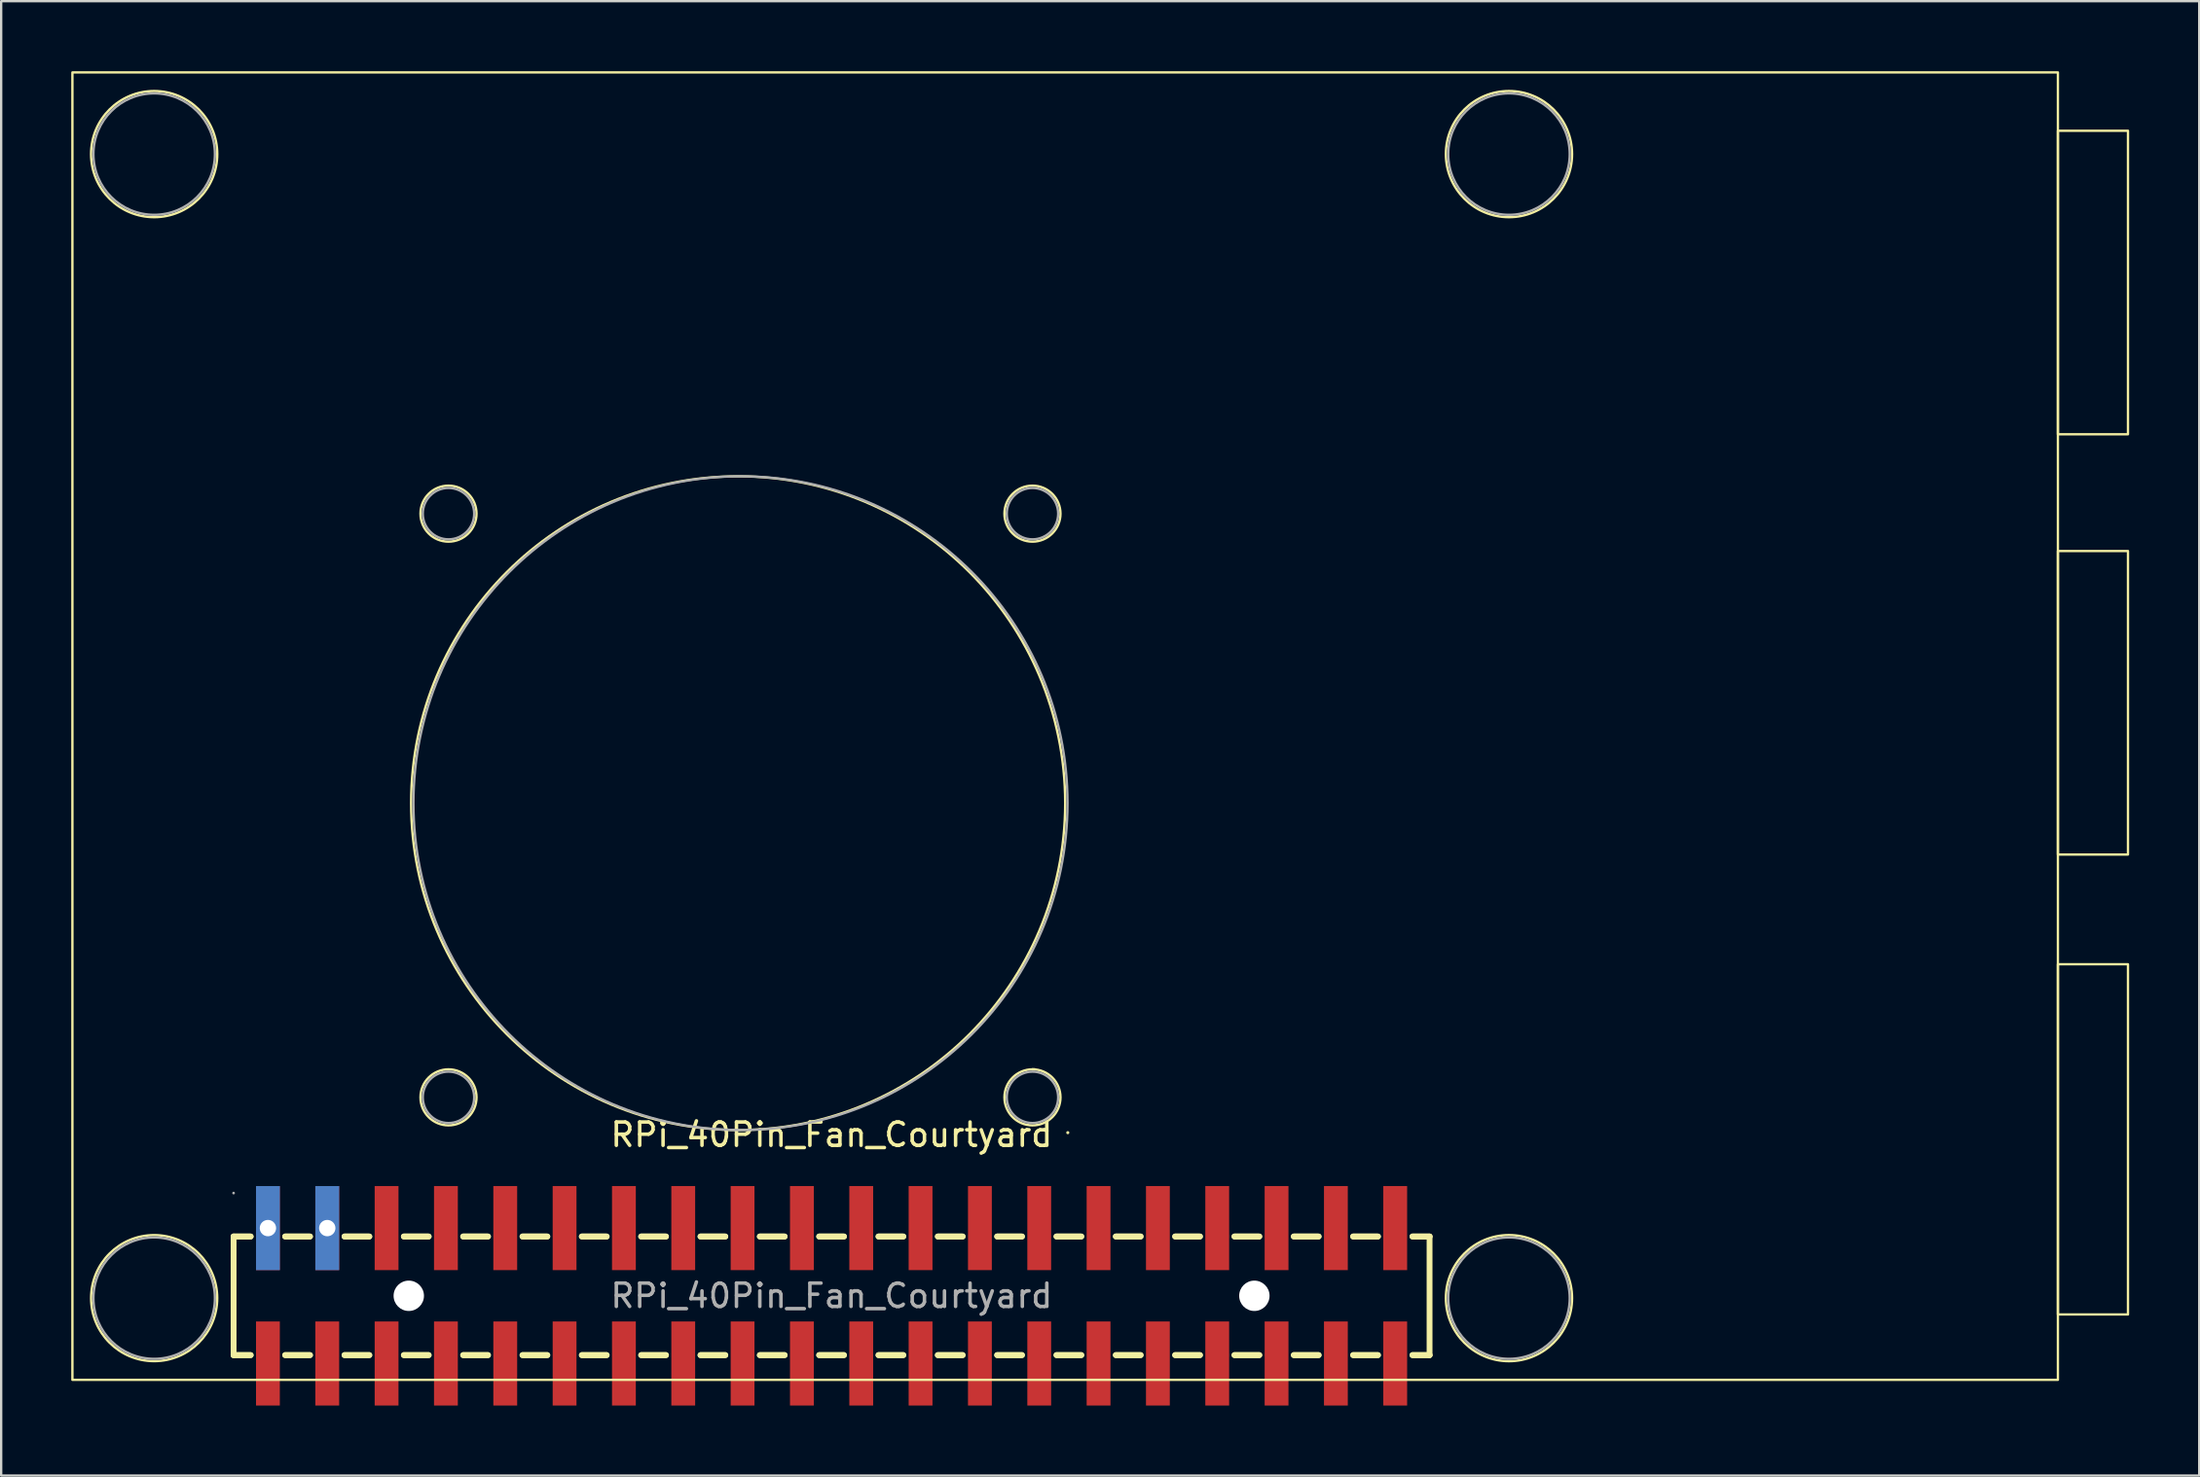
<source format=kicad_pcb>
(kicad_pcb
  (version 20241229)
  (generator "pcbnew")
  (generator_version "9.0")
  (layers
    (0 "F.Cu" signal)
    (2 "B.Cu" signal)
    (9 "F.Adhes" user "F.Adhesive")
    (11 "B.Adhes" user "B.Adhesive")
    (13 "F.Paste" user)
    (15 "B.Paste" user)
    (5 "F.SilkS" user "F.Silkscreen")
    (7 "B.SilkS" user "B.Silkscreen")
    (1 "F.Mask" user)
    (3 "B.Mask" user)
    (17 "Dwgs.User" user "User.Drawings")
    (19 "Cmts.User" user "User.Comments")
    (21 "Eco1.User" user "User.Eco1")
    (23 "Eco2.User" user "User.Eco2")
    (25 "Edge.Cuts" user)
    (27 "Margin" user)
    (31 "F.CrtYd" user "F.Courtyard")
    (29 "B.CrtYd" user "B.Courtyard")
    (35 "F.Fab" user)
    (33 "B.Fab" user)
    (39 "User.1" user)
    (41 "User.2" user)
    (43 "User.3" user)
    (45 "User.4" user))
  (footprint "RPi_40Pin_Fan_Courtyard"
    (layer "F.Cu")
    (at 32.55 52.45)
    (property "Reference" "RPi_40Pin_Fan_Courtyard" (at 0 -6.9 0) (layer "F.SilkS") (effects (font (size 1 1) (thickness 0.15))))
    (attr smd)
    (fp_line (start -25.6 2.54) (end -25.6 -2.54) (stroke (width 0.25) (type solid)) (layer "F.SilkS"))
    (fp_line (start -25.6 2.54) (end -24.87 2.54) (stroke (width 0.25) (type solid)) (layer "F.SilkS"))
    (fp_line (start -25.6 2.54) (end -24.87 2.54) (stroke (width 0.25) (type solid)) (layer "F.SilkS"))
    (fp_line (start -24.87 -2.54) (end -25.6 -2.54) (stroke (width 0.25) (type solid)) (layer "F.SilkS"))
    (fp_line (start -24.87 -2.54) (end -25.6 -2.54) (stroke (width 0.25) (type solid)) (layer "F.SilkS"))
    (fp_line (start -23.39 2.54) (end -22.33 2.54) (stroke (width 0.25) (type solid)) (layer "F.SilkS"))
    (fp_line (start -23.39 2.54) (end -22.33 2.54) (stroke (width 0.25) (type solid)) (layer "F.SilkS"))
    (fp_line (start -22.33 -2.54) (end -23.39 -2.54) (stroke (width 0.25) (type solid)) (layer "F.SilkS"))
    (fp_line (start -22.33 -2.54) (end -23.39 -2.54) (stroke (width 0.25) (type solid)) (layer "F.SilkS"))
    (fp_line (start -20.85 2.54) (end -19.79 2.54) (stroke (width 0.25) (type solid)) (layer "F.SilkS"))
    (fp_line (start -20.85 2.54) (end -19.79 2.54) (stroke (width 0.25) (type solid)) (layer "F.SilkS"))
    (fp_line (start -19.79 -2.54) (end -20.85 -2.54) (stroke (width 0.25) (type solid)) (layer "F.SilkS"))
    (fp_line (start -19.79 -2.54) (end -20.85 -2.54) (stroke (width 0.25) (type solid)) (layer "F.SilkS"))
    (fp_line (start -18.31 2.54) (end -17.25 2.54) (stroke (width 0.25) (type solid)) (layer "F.SilkS"))
    (fp_line (start -18.31 2.54) (end -17.25 2.54) (stroke (width 0.25) (type solid)) (layer "F.SilkS"))
    (fp_line (start -17.25 -2.54) (end -18.31 -2.54) (stroke (width 0.25) (type solid)) (layer "F.SilkS"))
    (fp_line (start -17.25 -2.54) (end -18.31 -2.54) (stroke (width 0.25) (type solid)) (layer "F.SilkS"))
    (fp_line (start -15.77 2.54) (end -14.71 2.54) (stroke (width 0.25) (type solid)) (layer "F.SilkS"))
    (fp_line (start -15.77 2.54) (end -14.71 2.54) (stroke (width 0.25) (type solid)) (layer "F.SilkS"))
    (fp_line (start -14.71 -2.54) (end -15.77 -2.54) (stroke (width 0.25) (type solid)) (layer "F.SilkS"))
    (fp_line (start -14.71 -2.54) (end -15.77 -2.54) (stroke (width 0.25) (type solid)) (layer "F.SilkS"))
    (fp_line (start -13.23 2.54) (end -12.17 2.54) (stroke (width 0.25) (type solid)) (layer "F.SilkS"))
    (fp_line (start -13.23 2.54) (end -12.17 2.54) (stroke (width 0.25) (type solid)) (layer "F.SilkS"))
    (fp_line (start -12.17 -2.54) (end -13.23 -2.54) (stroke (width 0.25) (type solid)) (layer "F.SilkS"))
    (fp_line (start -12.17 -2.54) (end -13.23 -2.54) (stroke (width 0.25) (type solid)) (layer "F.SilkS"))
    (fp_line (start -10.69 2.54) (end -9.63 2.54) (stroke (width 0.25) (type solid)) (layer "F.SilkS"))
    (fp_line (start -10.69 2.54) (end -9.63 2.54) (stroke (width 0.25) (type solid)) (layer "F.SilkS"))
    (fp_line (start -9.63 -2.54) (end -10.69 -2.54) (stroke (width 0.25) (type solid)) (layer "F.SilkS"))
    (fp_line (start -9.63 -2.54) (end -10.69 -2.54) (stroke (width 0.25) (type solid)) (layer "F.SilkS"))
    (fp_line (start -8.15 2.54) (end -7.09 2.54) (stroke (width 0.25) (type solid)) (layer "F.SilkS"))
    (fp_line (start -8.15 2.54) (end -7.09 2.54) (stroke (width 0.25) (type solid)) (layer "F.SilkS"))
    (fp_line (start -7.09 -2.54) (end -8.15 -2.54) (stroke (width 0.25) (type solid)) (layer "F.SilkS"))
    (fp_line (start -7.09 -2.54) (end -8.15 -2.54) (stroke (width 0.25) (type solid)) (layer "F.SilkS"))
    (fp_line (start -5.61 2.54) (end -4.55 2.54) (stroke (width 0.25) (type solid)) (layer "F.SilkS"))
    (fp_line (start -5.61 2.54) (end -4.55 2.54) (stroke (width 0.25) (type solid)) (layer "F.SilkS"))
    (fp_line (start -4.55 -2.54) (end -5.61 -2.54) (stroke (width 0.25) (type solid)) (layer "F.SilkS"))
    (fp_line (start -4.55 -2.54) (end -5.61 -2.54) (stroke (width 0.25) (type solid)) (layer "F.SilkS"))
    (fp_line (start -3.07 2.54) (end -2.01 2.54) (stroke (width 0.25) (type solid)) (layer "F.SilkS"))
    (fp_line (start -3.07 2.54) (end -2.01 2.54) (stroke (width 0.25) (type solid)) (layer "F.SilkS"))
    (fp_line (start -2.01 -2.54) (end -3.07 -2.54) (stroke (width 0.25) (type solid)) (layer "F.SilkS"))
    (fp_line (start -2.01 -2.54) (end -3.07 -2.54) (stroke (width 0.25) (type solid)) (layer "F.SilkS"))
    (fp_line (start -0.53 2.54) (end 0.53 2.54) (stroke (width 0.25) (type solid)) (layer "F.SilkS"))
    (fp_line (start -0.53 2.54) (end 0.53 2.54) (stroke (width 0.25) (type solid)) (layer "F.SilkS"))
    (fp_line (start 0.53 -2.54) (end -0.53 -2.54) (stroke (width 0.25) (type solid)) (layer "F.SilkS"))
    (fp_line (start 0.53 -2.54) (end -0.53 -2.54) (stroke (width 0.25) (type solid)) (layer "F.SilkS"))
    (fp_line (start 2.01 2.54) (end 3.07 2.54) (stroke (width 0.25) (type solid)) (layer "F.SilkS"))
    (fp_line (start 2.01 2.54) (end 3.07 2.54) (stroke (width 0.25) (type solid)) (layer "F.SilkS"))
    (fp_line (start 3.07 -2.54) (end 2.01 -2.54) (stroke (width 0.25) (type solid)) (layer "F.SilkS"))
    (fp_line (start 3.07 -2.54) (end 2.01 -2.54) (stroke (width 0.25) (type solid)) (layer "F.SilkS"))
    (fp_line (start 4.55 2.54) (end 5.61 2.54) (stroke (width 0.25) (type solid)) (layer "F.SilkS"))
    (fp_line (start 4.55 2.54) (end 5.61 2.54) (stroke (width 0.25) (type solid)) (layer "F.SilkS"))
    (fp_line (start 5.61 -2.54) (end 4.55 -2.54) (stroke (width 0.25) (type solid)) (layer "F.SilkS"))
    (fp_line (start 5.61 -2.54) (end 4.55 -2.54) (stroke (width 0.25) (type solid)) (layer "F.SilkS"))
    (fp_line (start 7.09 2.54) (end 8.15 2.54) (stroke (width 0.25) (type solid)) (layer "F.SilkS"))
    (fp_line (start 7.09 2.54) (end 8.15 2.54) (stroke (width 0.25) (type solid)) (layer "F.SilkS"))
    (fp_line (start 8.15 -2.54) (end 7.09 -2.54) (stroke (width 0.25) (type solid)) (layer "F.SilkS"))
    (fp_line (start 8.15 -2.54) (end 7.09 -2.54) (stroke (width 0.25) (type solid)) (layer "F.SilkS"))
    (fp_line (start 9.63 2.54) (end 10.69 2.54) (stroke (width 0.25) (type solid)) (layer "F.SilkS"))
    (fp_line (start 9.63 2.54) (end 10.69 2.54) (stroke (width 0.25) (type solid)) (layer "F.SilkS"))
    (fp_line (start 10.69 -2.54) (end 9.63 -2.54) (stroke (width 0.25) (type solid)) (layer "F.SilkS"))
    (fp_line (start 10.69 -2.54) (end 9.63 -2.54) (stroke (width 0.25) (type solid)) (layer "F.SilkS"))
    (fp_line (start 12.17 2.54) (end 13.23 2.54) (stroke (width 0.25) (type solid)) (layer "F.SilkS"))
    (fp_line (start 12.17 2.54) (end 13.23 2.54) (stroke (width 0.25) (type solid)) (layer "F.SilkS"))
    (fp_line (start 13.23 -2.54) (end 12.17 -2.54) (stroke (width 0.25) (type solid)) (layer "F.SilkS"))
    (fp_line (start 13.23 -2.54) (end 12.17 -2.54) (stroke (width 0.25) (type solid)) (layer "F.SilkS"))
    (fp_line (start 14.71 2.54) (end 15.77 2.54) (stroke (width 0.25) (type solid)) (layer "F.SilkS"))
    (fp_line (start 14.71 2.54) (end 15.77 2.54) (stroke (width 0.25) (type solid)) (layer "F.SilkS"))
    (fp_line (start 15.77 -2.54) (end 14.71 -2.54) (stroke (width 0.25) (type solid)) (layer "F.SilkS"))
    (fp_line (start 15.77 -2.54) (end 14.71 -2.54) (stroke (width 0.25) (type solid)) (layer "F.SilkS"))
    (fp_line (start 17.25 2.54) (end 18.31 2.54) (stroke (width 0.25) (type solid)) (layer "F.SilkS"))
    (fp_line (start 17.25 2.54) (end 18.31 2.54) (stroke (width 0.25) (type solid)) (layer "F.SilkS"))
    (fp_line (start 18.31 -2.54) (end 17.25 -2.54) (stroke (width 0.25) (type solid)) (layer "F.SilkS"))
    (fp_line (start 18.31 -2.54) (end 17.25 -2.54) (stroke (width 0.25) (type solid)) (layer "F.SilkS"))
    (fp_line (start 19.79 2.54) (end 20.85 2.54) (stroke (width 0.25) (type solid)) (layer "F.SilkS"))
    (fp_line (start 19.79 2.54) (end 20.85 2.54) (stroke (width 0.25) (type solid)) (layer "F.SilkS"))
    (fp_line (start 20.85 -2.54) (end 19.79 -2.54) (stroke (width 0.25) (type solid)) (layer "F.SilkS"))
    (fp_line (start 20.85 -2.54) (end 19.79 -2.54) (stroke (width 0.25) (type solid)) (layer "F.SilkS"))
    (fp_line (start 22.33 2.54) (end 23.39 2.54) (stroke (width 0.25) (type solid)) (layer "F.SilkS"))
    (fp_line (start 22.33 2.54) (end 23.39 2.54) (stroke (width 0.25) (type solid)) (layer "F.SilkS"))
    (fp_line (start 23.39 -2.54) (end 22.33 -2.54) (stroke (width 0.25) (type solid)) (layer "F.SilkS"))
    (fp_line (start 23.39 -2.54) (end 22.33 -2.54) (stroke (width 0.25) (type solid)) (layer "F.SilkS"))
    (fp_line (start 24.87 2.54) (end 25.6 2.54) (stroke (width 0.25) (type solid)) (layer "F.SilkS"))
    (fp_line (start 24.87 2.54) (end 25.6 2.54) (stroke (width 0.25) (type solid)) (layer "F.SilkS"))
    (fp_line (start 25.6 -2.54) (end 24.87 -2.54) (stroke (width 0.25) (type solid)) (layer "F.SilkS"))
    (fp_line (start 25.6 -2.54) (end 24.87 -2.54) (stroke (width 0.25) (type solid)) (layer "F.SilkS"))
    (fp_line (start 25.6 2.54) (end 25.6 -2.54) (stroke (width 0.25) (type solid)) (layer "F.SilkS"))
    (fp_rect (start -32.5 3.6) (end 52.5 -52.4) (stroke (width 0.1) (type default)) (fill no) (layer "F.SilkS"))
    (fp_rect (start 8.6 -9.7) (end 8.7 -9.7) (stroke (width 0.1) (type default)) (fill no) (layer "F.SilkS"))
    (fp_rect (start 10.1 -7) (end 10.125 -6.975) (stroke (width 0.1) (type default)) (fill no) (layer "F.SilkS"))
    (fp_rect (start 52.5 -49.9) (end 55.5 -36.9) (stroke (width 0.1) (type default)) (fill no) (layer "F.SilkS"))
    (fp_rect (start 52.5 -31.9) (end 55.5 -18.9) (stroke (width 0.1) (type default)) (fill no) (layer "F.SilkS"))
    (fp_rect (start 52.5 -14.2) (end 55.5 0.8) (stroke (width 0.1) (type default)) (fill no) (layer "F.SilkS"))
    (fp_circle (center -29 -48.9) (end -26.3 -49) (stroke (width 0.1) (type default)) (fill no) (layer "F.SilkS"))
    (fp_circle (center -29 0.1) (end -31.7 0.1) (stroke (width 0.1) (type default)) (fill no) (layer "F.SilkS"))
    (fp_circle (center -16.4 -33.5) (end -15.2 -33.5) (stroke (width 0.1) (type default)) (fill no) (layer "F.SilkS"))
    (fp_circle (center -16.4 -8.5) (end -15.2 -8.5) (stroke (width 0.1) (type default)) (fill no) (layer "F.SilkS"))
    (fp_circle (center -4 -21.1) (end -18 -21.2) (stroke (width 0.1) (type default)) (fill no) (layer "F.SilkS"))
    (fp_circle (center 8.6 -33.5) (end 7.4 -33.5) (stroke (width 0.1) (type default)) (fill no) (layer "F.SilkS"))
    (fp_circle (center 8.6 -8.5) (end 7.4 -8.5) (stroke (width 0.1) (type default)) (fill no) (layer "F.SilkS"))
    (fp_circle (center 29 -48.9) (end 29.1 -51.6) (stroke (width 0.1) (type default)) (fill no) (layer "F.SilkS"))
    (fp_circle (center 29 0.1) (end 31.7 0) (stroke (width 0.1) (type default)) (fill no) (layer "F.SilkS"))
    (fp_circle (center -18.1 0) (end -17.85 0) (stroke (width 0.5) (type solid)) (fill no) (layer "Cmts.User"))
    (fp_circle (center 18.1 0) (end 18.35 0) (stroke (width 0.5) (type solid)) (fill no) (layer "Cmts.User"))
    (fp_circle (center -29 -48.9) (end -26.4 -48.9) (stroke (width 0.1) (type default)) (fill no) (layer "F.Fab"))
    (fp_circle (center -29 0.1) (end -26.4 0.1) (stroke (width 0.1) (type default)) (fill no) (layer "F.Fab"))
    (fp_circle (center -25.6 -4.4) (end -25.57 -4.4) (stroke (width 0.06) (type solid)) (fill no) (layer "F.Fab"))
    (fp_circle (center -16.4 -33.5) (end -15.3 -33.5) (stroke (width 0.1) (type default)) (fill no) (layer "F.Fab"))
    (fp_circle (center -16.4 -8.5) (end -15.3 -8.5) (stroke (width 0.1) (type default)) (fill no) (layer "F.Fab"))
    (fp_circle (center -3.9 -21.1) (end 10.1 -21) (stroke (width 0.1) (type default)) (fill no) (layer "F.Fab"))
    (fp_circle (center 8.6 -33.5) (end 9.7 -33.5) (stroke (width 0.1) (type default)) (fill no) (layer "F.Fab"))
    (fp_circle (center 8.6 -8.5) (end 9.7 -8.5) (stroke (width 0.1) (type default)) (fill no) (layer "F.Fab"))
    (fp_circle (center 29 -48.9) (end 26.4 -48.9) (stroke (width 0.1) (type default)) (fill no) (layer "F.Fab"))
    (fp_circle (center 29 0.1) (end 26.4 0.1) (stroke (width 0.1) (type default)) (fill no) (layer "F.Fab"))
    (fp_text user "${REFERENCE}" (at 0 0 180) (layer "F.Fab") (effects (font (size 1 1) (thickness 0.15))))
    (pad "" np_thru_hole circle (at -18.1 0 180) (size 1.3 1.3) (drill 1.3) (layers "*.Cu" "*.Mask"))
    (pad "" np_thru_hole circle (at 18.1 0 180) (size 1.3 1.3) (drill 1.3) (layers "*.Cu" "*.Mask"))
    (pad "1" thru_hole rect (at -24.13 -2.9 180) (size 1.02 3.6) (drill 0.7) (layers "*.Cu" "*.Mask"))
    (pad "2" smd rect (at -24.13 2.9 180) (size 1.02 3.6) (layers "F.Cu" "F.Mask" "F.Paste"))
    (pad "3" thru_hole rect (at -21.59 -2.9 180) (size 1.02 3.6) (drill 0.7) (layers "*.Cu" "*.Mask"))
    (pad "4" smd rect (at -21.59 2.9 180) (size 1.02 3.6) (layers "F.Cu" "F.Mask" "F.Paste"))
    (pad "5" smd rect (at -19.05 -2.9) (size 1.02 3.6) (layers "F.Cu" "F.Mask" "F.Paste"))
    (pad "6" smd rect (at -19.05 2.9) (size 1.02 3.6) (layers "F.Cu" "F.Mask" "F.Paste"))
    (pad "7" smd rect (at -16.51 -2.9) (size 1.02 3.6) (layers "F.Cu" "F.Mask" "F.Paste"))
    (pad "8" smd rect (at -16.51 2.9) (size 1.02 3.6) (layers "F.Cu" "F.Mask" "F.Paste"))
    (pad "9" smd rect (at -13.97 -2.9) (size 1.02 3.6) (layers "F.Cu" "F.Mask" "F.Paste"))
    (pad "10" smd rect (at -13.97 2.9) (size 1.02 3.6) (layers "F.Cu" "F.Mask" "F.Paste"))
    (pad "11" smd rect (at -11.43 -2.9) (size 1.02 3.6) (layers "F.Cu" "F.Mask" "F.Paste"))
    (pad "12" smd rect (at -11.43 2.9) (size 1.02 3.6) (layers "F.Cu" "F.Mask" "F.Paste"))
    (pad "13" smd rect (at -8.89 -2.9) (size 1.02 3.6) (layers "F.Cu" "F.Mask" "F.Paste"))
    (pad "14" smd rect (at -8.89 2.9) (size 1.02 3.6) (layers "F.Cu" "F.Mask" "F.Paste"))
    (pad "15" smd rect (at -6.35 -2.9) (size 1.02 3.6) (layers "F.Cu" "F.Mask" "F.Paste"))
    (pad "16" smd rect (at -6.35 2.9) (size 1.02 3.6) (layers "F.Cu" "F.Mask" "F.Paste"))
    (pad "17" smd rect (at -3.81 -2.9) (size 1.02 3.6) (layers "F.Cu" "F.Mask" "F.Paste"))
    (pad "18" smd rect (at -3.81 2.9) (size 1.02 3.6) (layers "F.Cu" "F.Mask" "F.Paste"))
    (pad "19" smd rect (at -1.27 -2.9) (size 1.02 3.6) (layers "F.Cu" "F.Mask" "F.Paste"))
    (pad "20" smd rect (at -1.27 2.9) (size 1.02 3.6) (layers "F.Cu" "F.Mask" "F.Paste"))
    (pad "21" smd rect (at 1.27 -2.9) (size 1.02 3.6) (layers "F.Cu" "F.Mask" "F.Paste"))
    (pad "22" smd rect (at 1.27 2.9) (size 1.02 3.6) (layers "F.Cu" "F.Mask" "F.Paste"))
    (pad "23" smd rect (at 3.81 -2.9) (size 1.02 3.6) (layers "F.Cu" "F.Mask" "F.Paste"))
    (pad "24" smd rect (at 3.81 2.9) (size 1.02 3.6) (layers "F.Cu" "F.Mask" "F.Paste"))
    (pad "25" smd rect (at 6.35 -2.9) (size 1.02 3.6) (layers "F.Cu" "F.Mask" "F.Paste"))
    (pad "26" smd rect (at 6.35 2.9) (size 1.02 3.6) (layers "F.Cu" "F.Mask" "F.Paste"))
    (pad "27" smd rect (at 8.89 -2.9) (size 1.02 3.6) (layers "F.Cu" "F.Mask" "F.Paste"))
    (pad "28" smd rect (at 8.89 2.9) (size 1.02 3.6) (layers "F.Cu" "F.Mask" "F.Paste"))
    (pad "29" smd rect (at 11.43 -2.9) (size 1.02 3.6) (layers "F.Cu" "F.Mask" "F.Paste"))
    (pad "30" smd rect (at 11.43 2.9) (size 1.02 3.6) (layers "F.Cu" "F.Mask" "F.Paste"))
    (pad "31" smd rect (at 13.97 -2.9) (size 1.02 3.6) (layers "F.Cu" "F.Mask" "F.Paste"))
    (pad "32" smd rect (at 13.97 2.9) (size 1.02 3.6) (layers "F.Cu" "F.Mask" "F.Paste"))
    (pad "33" smd rect (at 16.51 -2.9) (size 1.02 3.6) (layers "F.Cu" "F.Mask" "F.Paste"))
    (pad "34" smd rect (at 16.51 2.9) (size 1.02 3.6) (layers "F.Cu" "F.Mask" "F.Paste"))
    (pad "35" smd rect (at 19.05 -2.9) (size 1.02 3.6) (layers "F.Cu" "F.Mask" "F.Paste"))
    (pad "36" smd rect (at 19.05 2.9) (size 1.02 3.6) (layers "F.Cu" "F.Mask" "F.Paste"))
    (pad "37" smd rect (at 21.59 -2.9) (size 1.02 3.6) (layers "F.Cu" "F.Mask" "F.Paste"))
    (pad "38" smd rect (at 21.59 2.9) (size 1.02 3.6) (layers "F.Cu" "F.Mask" "F.Paste"))
    (pad "39" smd rect (at 24.13 -2.9) (size 1.02 3.6) (layers "F.Cu" "F.Mask" "F.Paste"))
    (pad "40" smd rect (at 24.13 2.9) (size 1.02 3.6) (layers "F.Cu" "F.Mask" "F.Paste")))
  (gr_rect
    (start -3 -3)
    (end 91.1 60.15)
    (stroke (width 0.1) (type default))
    (fill no)
    (layer "Edge.Cuts")))
</source>
